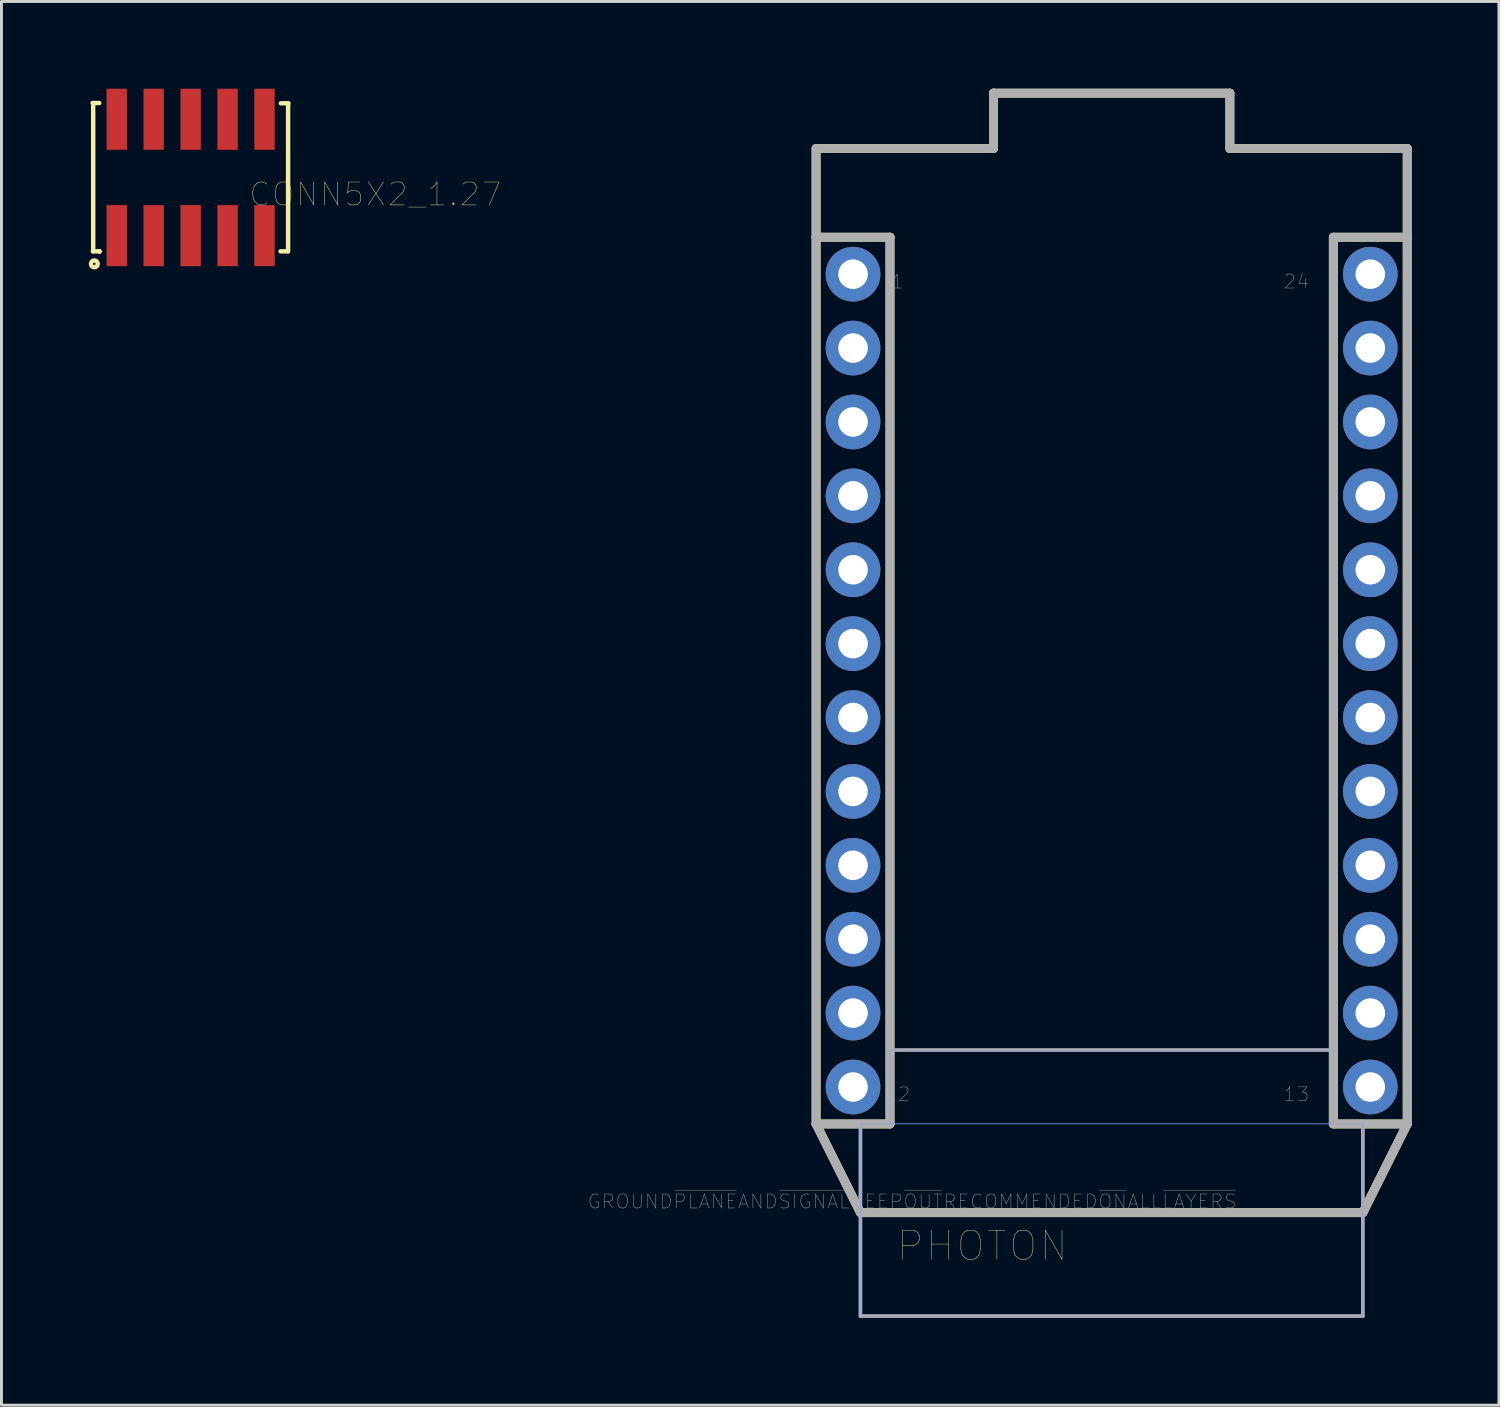
<source format=kicad_pcb>
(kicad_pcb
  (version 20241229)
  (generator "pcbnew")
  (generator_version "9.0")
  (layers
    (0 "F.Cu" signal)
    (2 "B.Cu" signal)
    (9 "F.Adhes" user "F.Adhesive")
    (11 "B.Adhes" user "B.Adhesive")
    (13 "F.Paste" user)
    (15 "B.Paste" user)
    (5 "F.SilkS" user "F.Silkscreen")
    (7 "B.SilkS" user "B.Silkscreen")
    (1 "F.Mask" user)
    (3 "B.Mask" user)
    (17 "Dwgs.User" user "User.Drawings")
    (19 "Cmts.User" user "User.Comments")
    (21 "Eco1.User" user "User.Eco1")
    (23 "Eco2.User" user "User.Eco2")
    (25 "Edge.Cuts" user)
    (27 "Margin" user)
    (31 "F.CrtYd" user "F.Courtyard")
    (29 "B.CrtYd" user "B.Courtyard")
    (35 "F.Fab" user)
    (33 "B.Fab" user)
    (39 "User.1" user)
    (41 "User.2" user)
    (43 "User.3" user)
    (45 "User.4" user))
  (footprint "PHOTON"
    (layer "F.Cu")
    (at 25.003 38.633)
    (property "Reference" "PHOTON" (at 5.715 1.143 0) (layer "F.SilkS") (effects (font (size 1 1) (thickness 0.015))))
    (attr through_hole)
    (fp_line (start 0 -36.576) (end 0 -33.528) (stroke (width 0.305) (type solid)) (layer "F.SilkS"))
    (fp_line (start 0 -36.576) (end 6.096 -36.576) (stroke (width 0.305) (type solid)) (layer "F.SilkS"))
    (fp_line (start 0 -33.528) (end 0 -3.048) (stroke (width 0.305) (type solid)) (layer "F.SilkS"))
    (fp_line (start 0 -3.048) (end 1.524 0) (stroke (width 0.305) (type solid)) (layer "F.SilkS"))
    (fp_line (start 0 -3.048) (end 2.54 -3.048) (stroke (width 0.305) (type solid)) (layer "F.SilkS"))
    (fp_line (start 1.524 0) (end 18.796 0) (stroke (width 0.305) (type solid)) (layer "F.SilkS"))
    (fp_line (start 2.54 -33.528) (end 0 -33.528) (stroke (width 0.305) (type solid)) (layer "F.SilkS"))
    (fp_line (start 2.54 -3.048) (end 2.54 -33.528) (stroke (width 0.305) (type solid)) (layer "F.SilkS"))
    (fp_line (start 6.096 -38.481) (end 6.096 -36.576) (stroke (width 0.305) (type solid)) (layer "F.SilkS"))
    (fp_line (start 14.224 -38.481) (end 6.096 -38.481) (stroke (width 0.305) (type solid)) (layer "F.SilkS"))
    (fp_line (start 14.224 -36.576) (end 14.224 -38.481) (stroke (width 0.305) (type solid)) (layer "F.SilkS"))
    (fp_line (start 14.224 -36.576) (end 20.32 -36.576) (stroke (width 0.305) (type solid)) (layer "F.SilkS"))
    (fp_line (start 17.78 -33.528) (end 20.32 -33.528) (stroke (width 0.305) (type solid)) (layer "F.SilkS"))
    (fp_line (start 17.78 -3.048) (end 17.78 -33.528) (stroke (width 0.305) (type solid)) (layer "F.SilkS"))
    (fp_line (start 18.796 0) (end 20.32 -3.048) (stroke (width 0.305) (type solid)) (layer "F.SilkS"))
    (fp_line (start 20.32 -33.528) (end 20.32 -36.576) (stroke (width 0.305) (type solid)) (layer "F.SilkS"))
    (fp_line (start 20.32 -33.528) (end 20.32 -3.048) (stroke (width 0.305) (type solid)) (layer "F.SilkS"))
    (fp_line (start 20.32 -3.048) (end 17.78 -3.048) (stroke (width 0.305) (type solid)) (layer "F.SilkS"))
    (fp_poly (pts (xy 1.524 -3.048) (xy 18.796 -3.048) (xy 18.796 3.556) (xy 1.524 3.556)) (stroke (width 0.01) (type solid)) (fill no) (layer "B.CrtYd"))
    (fp_poly (pts (xy 2.54 -5.588) (xy 17.78 -5.588) (xy 17.78 -3.048) (xy 2.54 -3.048)) (stroke (width 0.01) (type solid)) (fill no) (layer "B.CrtYd"))
    (fp_poly (pts (xy 1.524 -3.048) (xy 18.796 -3.048) (xy 18.796 3.556) (xy 1.524 3.556)) (stroke (width 0.01) (type solid)) (fill no) (layer "F.CrtYd"))
    (fp_poly (pts (xy 2.54 -5.588) (xy 17.78 -5.588) (xy 17.78 -3.048) (xy 2.54 -3.048)) (stroke (width 0.01) (type solid)) (fill no) (layer "F.CrtYd"))
    (fp_line (start 0 -36.576) (end 6.096 -36.576) (stroke (width 0.305) (type solid)) (layer "F.Fab"))
    (fp_line (start 0 -33.528) (end 0 -36.576) (stroke (width 0.305) (type solid)) (layer "F.Fab"))
    (fp_line (start 0 -33.528) (end 2.54 -33.528) (stroke (width 0.305) (type solid)) (layer "F.Fab"))
    (fp_line (start 0 -3.048) (end 0 -33.528) (stroke (width 0.305) (type solid)) (layer "F.Fab"))
    (fp_line (start 0 -3.048) (end 1.524 0) (stroke (width 0.305) (type solid)) (layer "F.Fab"))
    (fp_line (start 1.524 -3.048) (end 1.524 3.556) (stroke (width 0.127) (type solid)) (layer "F.Fab"))
    (fp_line (start 1.524 0) (end 18.796 0) (stroke (width 0.305) (type solid)) (layer "F.Fab"))
    (fp_line (start 1.524 3.556) (end 18.796 3.556) (stroke (width 0.127) (type solid)) (layer "F.Fab"))
    (fp_line (start 2.54 -33.528) (end 2.54 -3.048) (stroke (width 0.305) (type solid)) (layer "F.Fab"))
    (fp_line (start 2.54 -5.588) (end 2.54 -3.048) (stroke (width 0.127) (type solid)) (layer "F.Fab"))
    (fp_line (start 2.54 -3.048) (end 0 -3.048) (stroke (width 0.305) (type solid)) (layer "F.Fab"))
    (fp_line (start 2.54 -3.048) (end 1.524 -3.048) (stroke (width 0.127) (type solid)) (layer "F.Fab"))
    (fp_line (start 6.096 -38.481) (end 14.224 -38.481) (stroke (width 0.305) (type solid)) (layer "F.Fab"))
    (fp_line (start 6.096 -36.576) (end 6.096 -38.481) (stroke (width 0.305) (type solid)) (layer "F.Fab"))
    (fp_line (start 14.224 -38.481) (end 14.224 -36.576) (stroke (width 0.305) (type solid)) (layer "F.Fab"))
    (fp_line (start 14.224 -36.576) (end 20.32 -36.576) (stroke (width 0.305) (type solid)) (layer "F.Fab"))
    (fp_line (start 17.78 -33.528) (end 20.32 -33.528) (stroke (width 0.305) (type solid)) (layer "F.Fab"))
    (fp_line (start 17.78 -5.588) (end 2.54 -5.588) (stroke (width 0.127) (type solid)) (layer "F.Fab"))
    (fp_line (start 17.78 -3.048) (end 17.78 -33.528) (stroke (width 0.305) (type solid)) (layer "F.Fab"))
    (fp_line (start 17.78 -3.048) (end 17.78 -5.588) (stroke (width 0.127) (type solid)) (layer "F.Fab"))
    (fp_line (start 18.796 -3.048) (end 17.78 -3.048) (stroke (width 0.127) (type solid)) (layer "F.Fab"))
    (fp_line (start 18.796 0) (end 20.32 -3.048) (stroke (width 0.305) (type solid)) (layer "F.Fab"))
    (fp_line (start 18.796 3.556) (end 18.796 -3.048) (stroke (width 0.127) (type solid)) (layer "F.Fab"))
    (fp_line (start 20.32 -36.576) (end 20.32 -33.528) (stroke (width 0.305) (type solid)) (layer "F.Fab"))
    (fp_line (start 20.32 -33.528) (end 20.32 -3.048) (stroke (width 0.305) (type solid)) (layer "F.Fab"))
    (fp_line (start 20.32 -3.048) (end 17.78 -3.048) (stroke (width 0.305) (type solid)) (layer "F.Fab"))
    (fp_poly (pts (xy 1.016 -32.512) (xy 1.524 -32.512) (xy 1.524 -32.004) (xy 1.016 -32.004)) (stroke (width 0.01) (type solid)) (fill no) (layer "F.Fab"))
    (fp_poly (pts (xy 1.016 -29.972) (xy 1.524 -29.972) (xy 1.524 -29.464) (xy 1.016 -29.464)) (stroke (width 0.01) (type solid)) (fill no) (layer "F.Fab"))
    (fp_poly (pts (xy 1.016 -27.432) (xy 1.524 -27.432) (xy 1.524 -26.924) (xy 1.016 -26.924)) (stroke (width 0.01) (type solid)) (fill no) (layer "F.Fab"))
    (fp_poly (pts (xy 1.016 -24.892) (xy 1.524 -24.892) (xy 1.524 -24.384) (xy 1.016 -24.384)) (stroke (width 0.01) (type solid)) (fill no) (layer "F.Fab"))
    (fp_poly (pts (xy 1.016 -22.352) (xy 1.524 -22.352) (xy 1.524 -21.844) (xy 1.016 -21.844)) (stroke (width 0.01) (type solid)) (fill no) (layer "F.Fab"))
    (fp_poly (pts (xy 1.016 -19.812) (xy 1.524 -19.812) (xy 1.524 -19.304) (xy 1.016 -19.304)) (stroke (width 0.01) (type solid)) (fill no) (layer "F.Fab"))
    (fp_poly (pts (xy 1.016 -17.272) (xy 1.524 -17.272) (xy 1.524 -16.764) (xy 1.016 -16.764)) (stroke (width 0.01) (type solid)) (fill no) (layer "F.Fab"))
    (fp_poly (pts (xy 1.016 -14.732) (xy 1.524 -14.732) (xy 1.524 -14.224) (xy 1.016 -14.224)) (stroke (width 0.01) (type solid)) (fill no) (layer "F.Fab"))
    (fp_poly (pts (xy 1.016 -12.192) (xy 1.524 -12.192) (xy 1.524 -11.684) (xy 1.016 -11.684)) (stroke (width 0.01) (type solid)) (fill no) (layer "F.Fab"))
    (fp_poly (pts (xy 1.016 -9.652) (xy 1.524 -9.652) (xy 1.524 -9.144) (xy 1.016 -9.144)) (stroke (width 0.01) (type solid)) (fill no) (layer "F.Fab"))
    (fp_poly (pts (xy 1.016 -7.112) (xy 1.524 -7.112) (xy 1.524 -6.604) (xy 1.016 -6.604)) (stroke (width 0.01) (type solid)) (fill no) (layer "F.Fab"))
    (fp_poly (pts (xy 1.016 -4.572) (xy 1.524 -4.572) (xy 1.524 -4.064) (xy 1.016 -4.064)) (stroke (width 0.01) (type solid)) (fill no) (layer "F.Fab"))
    (fp_poly (pts (xy 18.796 -32.512) (xy 19.304 -32.512) (xy 19.304 -32.004) (xy 18.796 -32.004)) (stroke (width 0.01) (type solid)) (fill no) (layer "F.Fab"))
    (fp_poly (pts (xy 18.796 -29.972) (xy 19.304 -29.972) (xy 19.304 -29.464) (xy 18.796 -29.464)) (stroke (width 0.01) (type solid)) (fill no) (layer "F.Fab"))
    (fp_poly (pts (xy 18.796 -27.432) (xy 19.304 -27.432) (xy 19.304 -26.924) (xy 18.796 -26.924)) (stroke (width 0.01) (type solid)) (fill no) (layer "F.Fab"))
    (fp_poly (pts (xy 18.796 -24.892) (xy 19.304 -24.892) (xy 19.304 -24.384) (xy 18.796 -24.384)) (stroke (width 0.01) (type solid)) (fill no) (layer "F.Fab"))
    (fp_poly (pts (xy 18.796 -22.352) (xy 19.304 -22.352) (xy 19.304 -21.844) (xy 18.796 -21.844)) (stroke (width 0.01) (type solid)) (fill no) (layer "F.Fab"))
    (fp_poly (pts (xy 18.796 -19.812) (xy 19.304 -19.812) (xy 19.304 -19.304) (xy 18.796 -19.304)) (stroke (width 0.01) (type solid)) (fill no) (layer "F.Fab"))
    (fp_poly (pts (xy 18.796 -17.272) (xy 19.304 -17.272) (xy 19.304 -16.764) (xy 18.796 -16.764)) (stroke (width 0.01) (type solid)) (fill no) (layer "F.Fab"))
    (fp_poly (pts (xy 18.796 -14.732) (xy 19.304 -14.732) (xy 19.304 -14.224) (xy 18.796 -14.224)) (stroke (width 0.01) (type solid)) (fill no) (layer "F.Fab"))
    (fp_poly (pts (xy 18.796 -12.192) (xy 19.304 -12.192) (xy 19.304 -11.684) (xy 18.796 -11.684)) (stroke (width 0.01) (type solid)) (fill no) (layer "F.Fab"))
    (fp_poly (pts (xy 18.796 -9.652) (xy 19.304 -9.652) (xy 19.304 -9.144) (xy 18.796 -9.144)) (stroke (width 0.01) (type solid)) (fill no) (layer "F.Fab"))
    (fp_poly (pts (xy 18.796 -7.112) (xy 19.304 -7.112) (xy 19.304 -6.604) (xy 18.796 -6.604)) (stroke (width 0.01) (type solid)) (fill no) (layer "F.Fab"))
    (fp_poly (pts (xy 18.796 -4.572) (xy 19.304 -4.572) (xy 19.304 -4.064) (xy 18.796 -4.064)) (stroke (width 0.01) (type solid)) (fill no) (layer "F.Fab"))
    (fp_text user "12" (at 2.794 -4.064 0) (layer "F.Fab") (effects (font (size 0.48 0.48) (thickness 0.015))))
    (fp_text user "1" (at 2.794 -32.004 0) (layer "F.Fab") (effects (font (size 0.48 0.48) (thickness 0.015))))
    (fp_text user "13" (at 19.05 -4.064 0) (layer "F.Fab") (effects (font (size 0.48 0.48) (thickness 0.015))))
    (fp_text user "13" (at 16.51 -4.064 0) (layer "F.Fab") (effects (font (size 0.48 0.48) (thickness 0.015))))
    (fp_text user "24" (at 16.51 -32.004 0) (layer "F.Fab") (effects (font (size 0.48 0.48) (thickness 0.015))))
    (fp_text user "GROUND~{PLANE}AND~{SIGNAL}KEEP~{OUT}RECOMMENDED~{ON}ALL~{LAYERS}" (at 3.302 -0.381 0) (layer "F.Fab") (effects (font (size 0.48 0.48) (thickness 0.015))))
    (pad "1" thru_hole circle (at 1.27 -32.258) (size 1.88 1.88) (drill 1.016) (layers "*.Cu" "*.Mask"))
    (pad "2" thru_hole circle (at 1.27 -29.718) (size 1.88 1.88) (drill 1.016) (layers "*.Cu" "*.Mask"))
    (pad "3" thru_hole circle (at 1.27 -27.178) (size 1.88 1.88) (drill 1.016) (layers "*.Cu" "*.Mask"))
    (pad "4" thru_hole circle (at 1.27 -24.638) (size 1.88 1.88) (drill 1.016) (layers "*.Cu" "*.Mask"))
    (pad "5" thru_hole circle (at 1.27 -22.098) (size 1.88 1.88) (drill 1.016) (layers "*.Cu" "*.Mask"))
    (pad "6" thru_hole circle (at 1.27 -19.558) (size 1.88 1.88) (drill 1.016) (layers "*.Cu" "*.Mask"))
    (pad "7" thru_hole circle (at 1.27 -17.018) (size 1.88 1.88) (drill 1.016) (layers "*.Cu" "*.Mask"))
    (pad "8" thru_hole circle (at 1.27 -14.478) (size 1.88 1.88) (drill 1.016) (layers "*.Cu" "*.Mask"))
    (pad "9" thru_hole circle (at 1.27 -11.938) (size 1.88 1.88) (drill 1.016) (layers "*.Cu" "*.Mask"))
    (pad "10" thru_hole circle (at 1.27 -9.398) (size 1.88 1.88) (drill 1.016) (layers "*.Cu" "*.Mask"))
    (pad "11" thru_hole circle (at 1.27 -6.858) (size 1.88 1.88) (drill 1.016) (layers "*.Cu" "*.Mask"))
    (pad "12" thru_hole circle (at 1.27 -4.318) (size 1.88 1.88) (drill 1.016) (layers "*.Cu" "*.Mask"))
    (pad "13" thru_hole circle (at 19.05 -4.318) (size 1.88 1.88) (drill 1.016) (layers "*.Cu" "*.Mask"))
    (pad "14" thru_hole circle (at 19.05 -6.858) (size 1.88 1.88) (drill 1.016) (layers "*.Cu" "*.Mask"))
    (pad "15" thru_hole circle (at 19.05 -9.398) (size 1.88 1.88) (drill 1.016) (layers "*.Cu" "*.Mask"))
    (pad "16" thru_hole circle (at 19.05 -11.938) (size 1.88 1.88) (drill 1.016) (layers "*.Cu" "*.Mask"))
    (pad "17" thru_hole circle (at 19.05 -14.478) (size 1.88 1.88) (drill 1.016) (layers "*.Cu" "*.Mask"))
    (pad "18" thru_hole circle (at 19.05 -17.018) (size 1.88 1.88) (drill 1.016) (layers "*.Cu" "*.Mask"))
    (pad "19" thru_hole circle (at 19.05 -19.558) (size 1.88 1.88) (drill 1.016) (layers "*.Cu" "*.Mask"))
    (pad "20" thru_hole circle (at 19.05 -22.098) (size 1.88 1.88) (drill 1.016) (layers "*.Cu" "*.Mask"))
    (pad "21" thru_hole circle (at 19.05 -24.638) (size 1.88 1.88) (drill 1.016) (layers "*.Cu" "*.Mask"))
    (pad "22" thru_hole circle (at 19.05 -27.178) (size 1.88 1.88) (drill 1.016) (layers "*.Cu" "*.Mask"))
    (pad "23" thru_hole circle (at 19.05 -29.718) (size 1.88 1.88) (drill 1.016) (layers "*.Cu" "*.Mask"))
    (pad "24" thru_hole circle (at 19.05 -32.258) (size 1.88 1.88) (drill 1.016) (layers "*.Cu" "*.Mask")))
  (footprint "CONN5X2_1.27"
    (layer "F.Cu")
    (at 3.503 3.05)
    (property "Reference" "CONN5X2_1.27" (at 6.35 0.58 0) (layer "F.SilkS") (effects (font (size 0.787 0.787) (thickness 0.015))))
    (attr through_hole)
    (fp_line (start -3.37 -2.56) (end -3.14 -2.56) (stroke (width 0.152) (type solid)) (layer "F.SilkS"))
    (fp_line (start -3.36 2.54) (end -3.13 2.54) (stroke (width 0.152) (type solid)) (layer "F.SilkS"))
    (fp_line (start -3.35 -2.54) (end -3.35 2.54) (stroke (width 0.152) (type solid)) (layer "F.SilkS"))
    (fp_line (start -3.13 2.54) (end -3.13 2.55) (stroke (width 0.152) (type solid)) (layer "F.SilkS"))
    (fp_line (start 3.34 2.54) (end 3.09 2.54) (stroke (width 0.152) (type solid)) (layer "F.SilkS"))
    (fp_line (start 3.35 -2.54) (end 3.35 2.54) (stroke (width 0.152) (type solid)) (layer "F.SilkS"))
    (fp_line (start 3.36 -2.55) (end 3.1 -2.55) (stroke (width 0.152) (type solid)) (layer "F.SilkS"))
    (fp_circle (center -3.31 2.97) (end -3.193 2.97) (stroke (width 0.152) (type solid)) (fill no) (layer "F.SilkS"))
    (pad "1" smd rect (at -2.54 2) (size 0.7 2.1) (layers "F.Cu" "F.Mask" "F.Paste"))
    (pad "2" smd rect (at -2.54 -2) (size 0.7 2.1) (layers "F.Cu" "F.Mask" "F.Paste"))
    (pad "3" smd rect (at -1.27 2) (size 0.7 2.1) (layers "F.Cu" "F.Mask" "F.Paste"))
    (pad "4" smd rect (at -1.27 -2) (size 0.7 2.1) (layers "F.Cu" "F.Mask" "F.Paste"))
    (pad "5" smd rect (at 0 2) (size 0.7 2.1) (layers "F.Cu" "F.Mask" "F.Paste"))
    (pad "6" smd rect (at 0 -2) (size 0.7 2.1) (layers "F.Cu" "F.Mask" "F.Paste"))
    (pad "7" smd rect (at 1.27 2) (size 0.7 2.1) (layers "F.Cu" "F.Mask" "F.Paste"))
    (pad "8" smd rect (at 1.27 -2) (size 0.7 2.1) (layers "F.Cu" "F.Mask" "F.Paste"))
    (pad "9" smd rect (at 2.54 2) (size 0.7 2.1) (layers "F.Cu" "F.Mask" "F.Paste"))
    (pad "10" smd rect (at 2.54 -2) (size 0.7 2.1) (layers "F.Cu" "F.Mask" "F.Paste")))
  (gr_rect
    (start -3 -3)
    (end 48.475 45.253)
    (stroke (width 0.1) (type default))
    (fill no)
    (layer "Edge.Cuts")))
</source>
